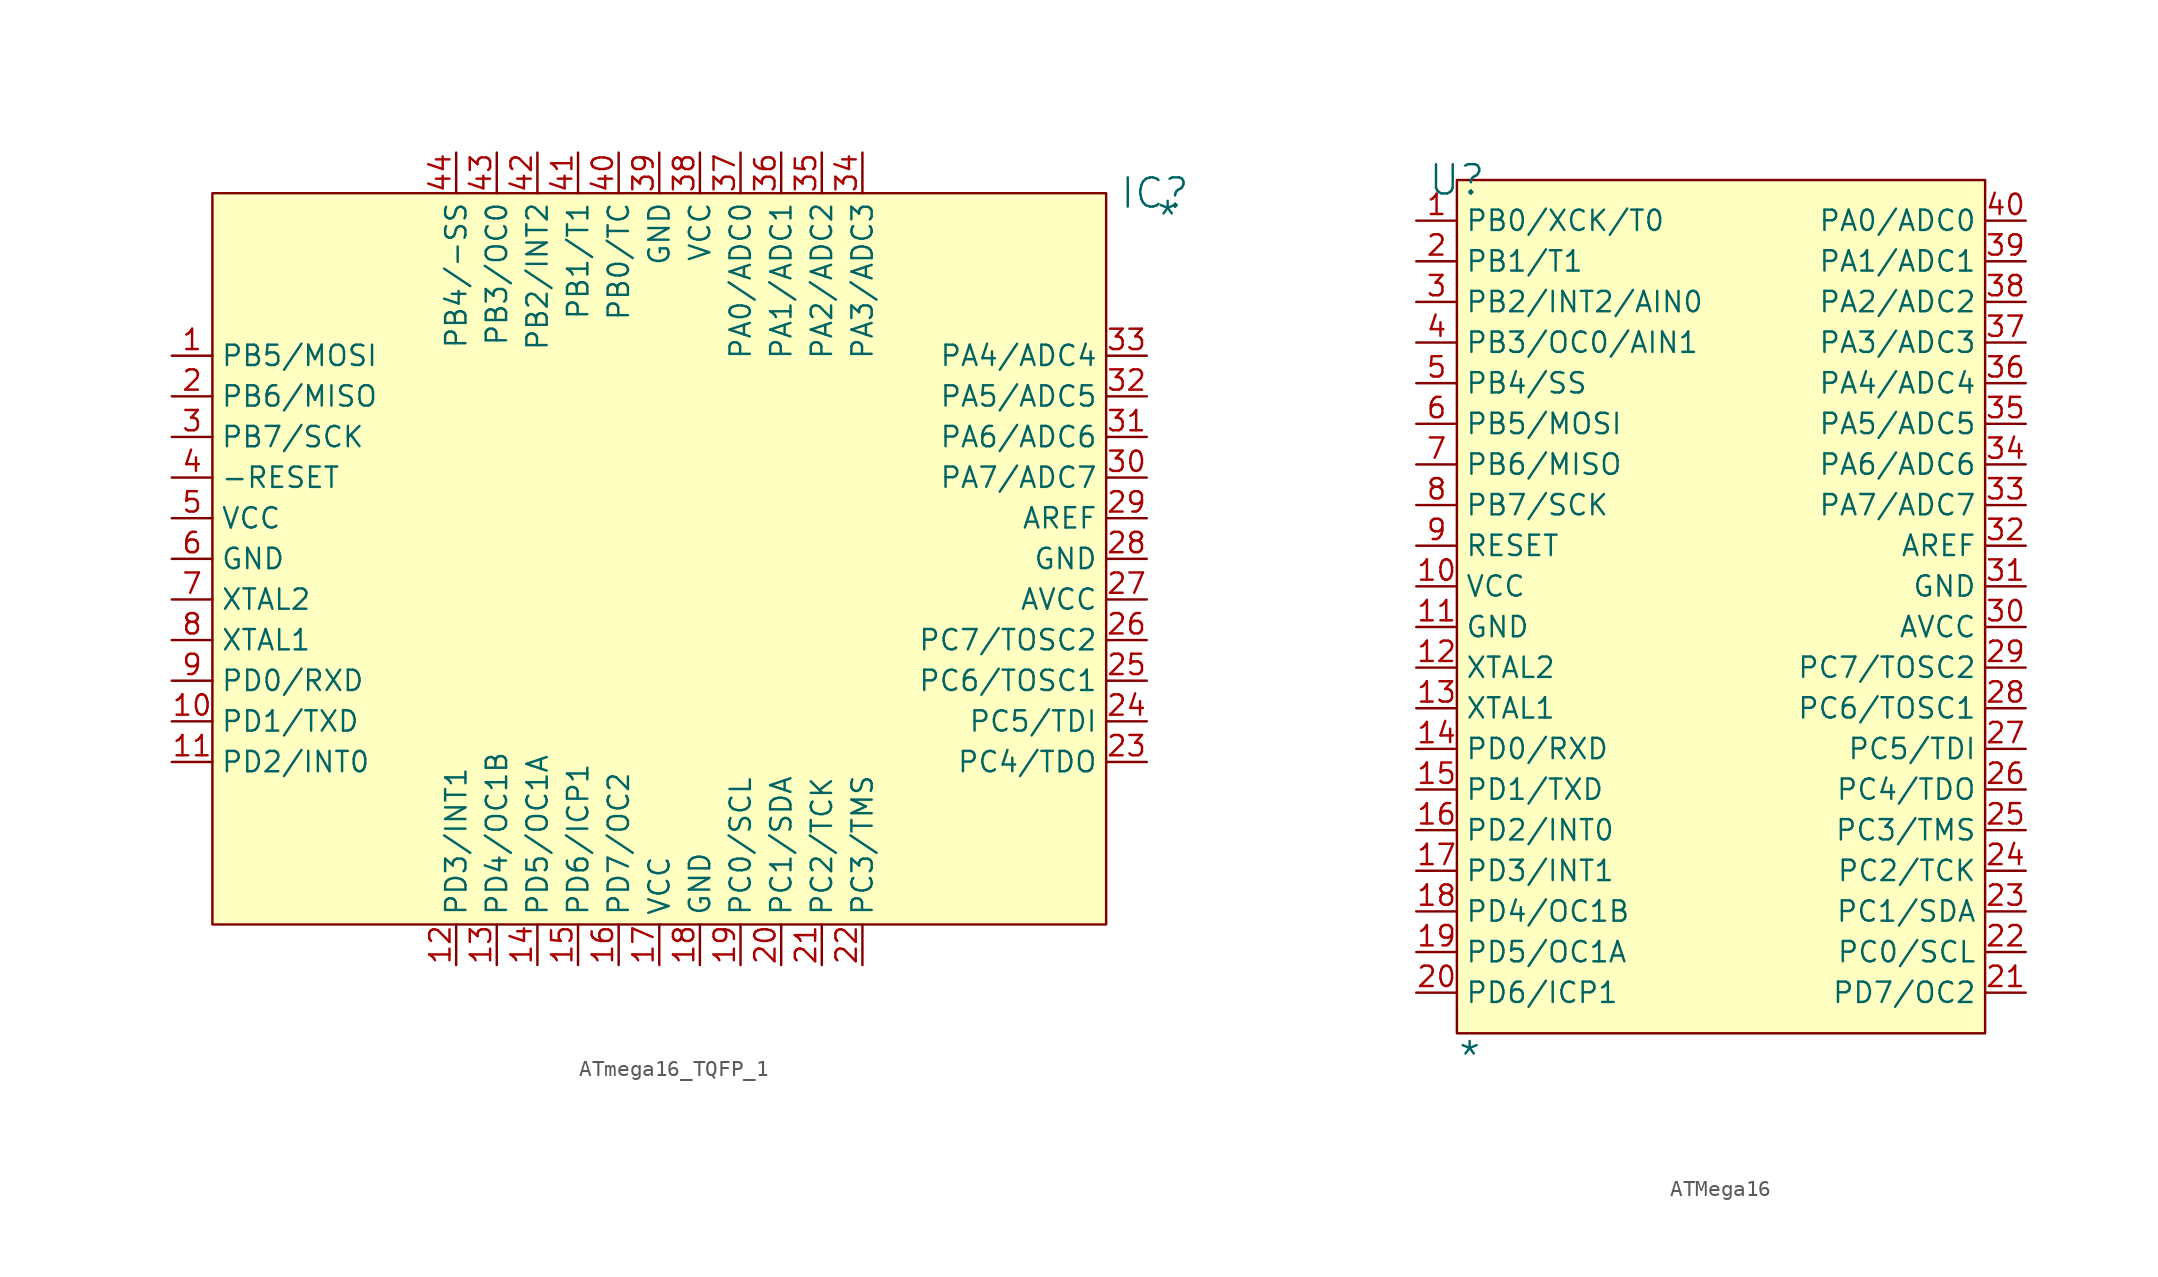
<source format=kicad_sym>
(kicad_symbol_lib
  (version 20241209)
  (generator "kicad_symbol_editor")
  (generator_version "9.0")
  (symbol "ATmega16_TQFP_1"
    (property "Reference" "IC"
      (at 58.928 0 0)
      (effects (font (size 1.829 1.829))))
    (property "Value" "*"
      (at 58.928 -2.54 0)
      (effects (font (size 1.829 1.829)) (justify left bottom)))
    (symbol "ATmega16_TQFP_1_1_0"
      (rectangle (start 55.88 0) (end 0 -45.72) (stroke (width 0) (type solid) (color 128 0 0 1)) (fill (type background)))
      (pin passive line (at -2.54 -10.16 0) (length 2.54) (name "PB5/MOSI" (effects (font (size 1.27 1.27)))) (number "1" (effects (font (size 1.27 1.27)))))
      (pin passive line (at -2.54 -12.7 0) (length 2.54) (name "PB6/MISO" (effects (font (size 1.27 1.27)))) (number "2" (effects (font (size 1.27 1.27)))))
      (pin passive line (at -2.54 -15.24 0) (length 2.54) (name "PB7/SCK" (effects (font (size 1.27 1.27)))) (number "3" (effects (font (size 1.27 1.27)))))
      (pin passive line (at -2.54 -17.78 0) (length 2.54) (name "-RESET" (effects (font (size 1.27 1.27)))) (number "4" (effects (font (size 1.27 1.27)))))
      (pin passive line (at -2.54 -20.32 0) (length 2.54) (name "VCC" (effects (font (size 1.27 1.27)))) (number "5" (effects (font (size 1.27 1.27)))))
      (pin passive line (at -2.54 -22.86 0) (length 2.54) (name "GND" (effects (font (size 1.27 1.27)))) (number "6" (effects (font (size 1.27 1.27)))))
      (pin passive line (at -2.54 -25.4 0) (length 2.54) (name "XTAL2" (effects (font (size 1.27 1.27)))) (number "7" (effects (font (size 1.27 1.27)))))
      (pin passive line (at -2.54 -27.94 0) (length 2.54) (name "XTAL1" (effects (font (size 1.27 1.27)))) (number "8" (effects (font (size 1.27 1.27)))))
      (pin passive line (at -2.54 -30.48 0) (length 2.54) (name "PD0/RXD" (effects (font (size 1.27 1.27)))) (number "9" (effects (font (size 1.27 1.27)))))
      (pin passive line (at -2.54 -33.02 0) (length 2.54) (name "PD1/TXD" (effects (font (size 1.27 1.27)))) (number "10" (effects (font (size 1.27 1.27)))))
      (pin passive line (at -2.54 -35.56 0) (length 2.54) (name "PD2/INT0" (effects (font (size 1.27 1.27)))) (number "11" (effects (font (size 1.27 1.27)))))
      (pin passive line (at 15.24 2.54 270) (length 2.54) (name "PB4/-SS" (effects (font (size 1.27 1.27)))) (number "44" (effects (font (size 1.27 1.27)))))
      (pin passive line (at 15.24 -48.26 90) (length 2.54) (name "PD3/INT1" (effects (font (size 1.27 1.27)))) (number "12" (effects (font (size 1.27 1.27)))))
      (pin passive line (at 17.78 2.54 270) (length 2.54) (name "PB3/OC0" (effects (font (size 1.27 1.27)))) (number "43" (effects (font (size 1.27 1.27)))))
      (pin passive line (at 17.78 -48.26 90) (length 2.54) (name "PD4/OC1B" (effects (font (size 1.27 1.27)))) (number "13" (effects (font (size 1.27 1.27)))))
      (pin passive line (at 20.32 2.54 270) (length 2.54) (name "PB2/INT2" (effects (font (size 1.27 1.27)))) (number "42" (effects (font (size 1.27 1.27)))))
      (pin passive line (at 20.32 -48.26 90) (length 2.54) (name "PD5/OC1A" (effects (font (size 1.27 1.27)))) (number "14" (effects (font (size 1.27 1.27)))))
      (pin passive line (at 22.86 2.54 270) (length 2.54) (name "PB1/T1" (effects (font (size 1.27 1.27)))) (number "41" (effects (font (size 1.27 1.27)))))
      (pin passive line (at 22.86 -48.26 90) (length 2.54) (name "PD6/ICP1" (effects (font (size 1.27 1.27)))) (number "15" (effects (font (size 1.27 1.27)))))
      (pin passive line (at 25.4 2.54 270) (length 2.54) (name "PB0/TC" (effects (font (size 1.27 1.27)))) (number "40" (effects (font (size 1.27 1.27)))))
      (pin passive line (at 25.4 -48.26 90) (length 2.54) (name "PD7/OC2" (effects (font (size 1.27 1.27)))) (number "16" (effects (font (size 1.27 1.27)))))
      (pin passive line (at 27.94 2.54 270) (length 2.54) (name "GND" (effects (font (size 1.27 1.27)))) (number "39" (effects (font (size 1.27 1.27)))))
      (pin passive line (at 27.94 -48.26 90) (length 2.54) (name "VCC" (effects (font (size 1.27 1.27)))) (number "17" (effects (font (size 1.27 1.27)))))
      (pin passive line (at 30.48 2.54 270) (length 2.54) (name "VCC" (effects (font (size 1.27 1.27)))) (number "38" (effects (font (size 1.27 1.27)))))
      (pin passive line (at 30.48 -48.26 90) (length 2.54) (name "GND" (effects (font (size 1.27 1.27)))) (number "18" (effects (font (size 1.27 1.27)))))
      (pin passive line (at 33.02 2.54 270) (length 2.54) (name "PA0/ADC0" (effects (font (size 1.27 1.27)))) (number "37" (effects (font (size 1.27 1.27)))))
      (pin passive line (at 33.02 -48.26 90) (length 2.54) (name "PC0/SCL" (effects (font (size 1.27 1.27)))) (number "19" (effects (font (size 1.27 1.27)))))
      (pin passive line (at 35.56 2.54 270) (length 2.54) (name "PA1/ADC1" (effects (font (size 1.27 1.27)))) (number "36" (effects (font (size 1.27 1.27)))))
      (pin passive line (at 35.56 -48.26 90) (length 2.54) (name "PC1/SDA" (effects (font (size 1.27 1.27)))) (number "20" (effects (font (size 1.27 1.27)))))
      (pin passive line (at 38.1 2.54 270) (length 2.54) (name "PA2/ADC2" (effects (font (size 1.27 1.27)))) (number "35" (effects (font (size 1.27 1.27)))))
      (pin passive line (at 38.1 -48.26 90) (length 2.54) (name "PC2/TCK" (effects (font (size 1.27 1.27)))) (number "21" (effects (font (size 1.27 1.27)))))
      (pin passive line (at 40.64 2.54 270) (length 2.54) (name "PA3/ADC3" (effects (font (size 1.27 1.27)))) (number "34" (effects (font (size 1.27 1.27)))))
      (pin passive line (at 40.64 -48.26 90) (length 2.54) (name "PC3/TMS" (effects (font (size 1.27 1.27)))) (number "22" (effects (font (size 1.27 1.27)))))
      (pin passive line (at 58.42 -10.16 180) (length 2.54) (name "PA4/ADC4" (effects (font (size 1.27 1.27)))) (number "33" (effects (font (size 1.27 1.27)))))
      (pin passive line (at 58.42 -12.7 180) (length 2.54) (name "PA5/ADC5" (effects (font (size 1.27 1.27)))) (number "32" (effects (font (size 1.27 1.27)))))
      (pin passive line (at 58.42 -15.24 180) (length 2.54) (name "PA6/ADC6" (effects (font (size 1.27 1.27)))) (number "31" (effects (font (size 1.27 1.27)))))
      (pin passive line (at 58.42 -17.78 180) (length 2.54) (name "PA7/ADC7" (effects (font (size 1.27 1.27)))) (number "30" (effects (font (size 1.27 1.27)))))
      (pin passive line (at 58.42 -20.32 180) (length 2.54) (name "AREF" (effects (font (size 1.27 1.27)))) (number "29" (effects (font (size 1.27 1.27)))))
      (pin passive line (at 58.42 -22.86 180) (length 2.54) (name "GND" (effects (font (size 1.27 1.27)))) (number "28" (effects (font (size 1.27 1.27)))))
      (pin passive line (at 58.42 -25.4 180) (length 2.54) (name "AVCC" (effects (font (size 1.27 1.27)))) (number "27" (effects (font (size 1.27 1.27)))))
      (pin passive line (at 58.42 -27.94 180) (length 2.54) (name "PC7/TOSC2" (effects (font (size 1.27 1.27)))) (number "26" (effects (font (size 1.27 1.27)))))
      (pin passive line (at 58.42 -30.48 180) (length 2.54) (name "PC6/TOSC1" (effects (font (size 1.27 1.27)))) (number "25" (effects (font (size 1.27 1.27)))))
      (pin passive line (at 58.42 -33.02 180) (length 2.54) (name "PC5/TDI" (effects (font (size 1.27 1.27)))) (number "24" (effects (font (size 1.27 1.27)))))
      (pin passive line (at 58.42 -35.56 180) (length 2.54) (name "PC4/TDO" (effects (font (size 1.27 1.27)))) (number "23" (effects (font (size 1.27 1.27)))))))
  (symbol "ATMega16"
    (property "Reference" "U"
      (at 0 0 0)
      (effects (font (size 1.829 1.829))))
    (property "Value" "*"
      (at 0 -55.88 0)
      (effects (font (size 1.829 1.829)) (justify left bottom)))
    (symbol "ATMega16_1_0"
      (rectangle (start 33.02 0) (end 0 -53.34) (stroke (width 0) (type solid) (color 128 0 0 1)) (fill (type background)))
      (pin passive line (at -2.54 -2.54 0) (length 2.54) (name "PB0/XCK/T0" (effects (font (size 1.27 1.27)))) (number "1" (effects (font (size 1.27 1.27)))))
      (pin passive line (at -2.54 -5.08 0) (length 2.54) (name "PB1/T1" (effects (font (size 1.27 1.27)))) (number "2" (effects (font (size 1.27 1.27)))))
      (pin passive line (at -2.54 -7.62 0) (length 2.54) (name "PB2/INT2/AIN0" (effects (font (size 1.27 1.27)))) (number "3" (effects (font (size 1.27 1.27)))))
      (pin passive line (at -2.54 -10.16 0) (length 2.54) (name "PB3/OC0/AIN1" (effects (font (size 1.27 1.27)))) (number "4" (effects (font (size 1.27 1.27)))))
      (pin passive line (at -2.54 -12.7 0) (length 2.54) (name "PB4/SS" (effects (font (size 1.27 1.27)))) (number "5" (effects (font (size 1.27 1.27)))))
      (pin passive line (at -2.54 -15.24 0) (length 2.54) (name "PB5/MOSI" (effects (font (size 1.27 1.27)))) (number "6" (effects (font (size 1.27 1.27)))))
      (pin passive line (at -2.54 -17.78 0) (length 2.54) (name "PB6/MISO" (effects (font (size 1.27 1.27)))) (number "7" (effects (font (size 1.27 1.27)))))
      (pin passive line (at -2.54 -20.32 0) (length 2.54) (name "PB7/SCK" (effects (font (size 1.27 1.27)))) (number "8" (effects (font (size 1.27 1.27)))))
      (pin passive line (at -2.54 -22.86 0) (length 2.54) (name "RESET" (effects (font (size 1.27 1.27)))) (number "9" (effects (font (size 1.27 1.27)))))
      (pin passive line (at -2.54 -25.4 0) (length 2.54) (name "VCC" (effects (font (size 1.27 1.27)))) (number "10" (effects (font (size 1.27 1.27)))))
      (pin passive line (at -2.54 -27.94 0) (length 2.54) (name "GND" (effects (font (size 1.27 1.27)))) (number "11" (effects (font (size 1.27 1.27)))))
      (pin passive line (at -2.54 -30.48 0) (length 2.54) (name "XTAL2" (effects (font (size 1.27 1.27)))) (number "12" (effects (font (size 1.27 1.27)))))
      (pin passive line (at -2.54 -33.02 0) (length 2.54) (name "XTAL1" (effects (font (size 1.27 1.27)))) (number "13" (effects (font (size 1.27 1.27)))))
      (pin passive line (at -2.54 -35.56 0) (length 2.54) (name "PD0/RXD" (effects (font (size 1.27 1.27)))) (number "14" (effects (font (size 1.27 1.27)))))
      (pin passive line (at -2.54 -38.1 0) (length 2.54) (name "PD1/TXD" (effects (font (size 1.27 1.27)))) (number "15" (effects (font (size 1.27 1.27)))))
      (pin passive line (at -2.54 -40.64 0) (length 2.54) (name "PD2/INT0" (effects (font (size 1.27 1.27)))) (number "16" (effects (font (size 1.27 1.27)))))
      (pin passive line (at -2.54 -43.18 0) (length 2.54) (name "PD3/INT1" (effects (font (size 1.27 1.27)))) (number "17" (effects (font (size 1.27 1.27)))))
      (pin passive line (at -2.54 -45.72 0) (length 2.54) (name "PD4/OC1B" (effects (font (size 1.27 1.27)))) (number "18" (effects (font (size 1.27 1.27)))))
      (pin passive line (at -2.54 -48.26 0) (length 2.54) (name "PD5/OC1A" (effects (font (size 1.27 1.27)))) (number "19" (effects (font (size 1.27 1.27)))))
      (pin passive line (at -2.54 -50.8 0) (length 2.54) (name "PD6/ICP1" (effects (font (size 1.27 1.27)))) (number "20" (effects (font (size 1.27 1.27)))))
      (pin passive line (at 35.56 -2.54 180) (length 2.54) (name "PA0/ADC0" (effects (font (size 1.27 1.27)))) (number "40" (effects (font (size 1.27 1.27)))))
      (pin passive line (at 35.56 -5.08 180) (length 2.54) (name "PA1/ADC1" (effects (font (size 1.27 1.27)))) (number "39" (effects (font (size 1.27 1.27)))))
      (pin passive line (at 35.56 -7.62 180) (length 2.54) (name "PA2/ADC2" (effects (font (size 1.27 1.27)))) (number "38" (effects (font (size 1.27 1.27)))))
      (pin passive line (at 35.56 -10.16 180) (length 2.54) (name "PA3/ADC3" (effects (font (size 1.27 1.27)))) (number "37" (effects (font (size 1.27 1.27)))))
      (pin passive line (at 35.56 -12.7 180) (length 2.54) (name "PA4/ADC4" (effects (font (size 1.27 1.27)))) (number "36" (effects (font (size 1.27 1.27)))))
      (pin passive line (at 35.56 -15.24 180) (length 2.54) (name "PA5/ADC5" (effects (font (size 1.27 1.27)))) (number "35" (effects (font (size 1.27 1.27)))))
      (pin passive line (at 35.56 -17.78 180) (length 2.54) (name "PA6/ADC6" (effects (font (size 1.27 1.27)))) (number "34" (effects (font (size 1.27 1.27)))))
      (pin passive line (at 35.56 -20.32 180) (length 2.54) (name "PA7/ADC7" (effects (font (size 1.27 1.27)))) (number "33" (effects (font (size 1.27 1.27)))))
      (pin passive line (at 35.56 -22.86 180) (length 2.54) (name "AREF" (effects (font (size 1.27 1.27)))) (number "32" (effects (font (size 1.27 1.27)))))
      (pin passive line (at 35.56 -25.4 180) (length 2.54) (name "GND" (effects (font (size 1.27 1.27)))) (number "31" (effects (font (size 1.27 1.27)))))
      (pin passive line (at 35.56 -27.94 180) (length 2.54) (name "AVCC" (effects (font (size 1.27 1.27)))) (number "30" (effects (font (size 1.27 1.27)))))
      (pin passive line (at 35.56 -30.48 180) (length 2.54) (name "PC7/TOSC2" (effects (font (size 1.27 1.27)))) (number "29" (effects (font (size 1.27 1.27)))))
      (pin passive line (at 35.56 -33.02 180) (length 2.54) (name "PC6/TOSC1" (effects (font (size 1.27 1.27)))) (number "28" (effects (font (size 1.27 1.27)))))
      (pin passive line (at 35.56 -35.56 180) (length 2.54) (name "PC5/TDI" (effects (font (size 1.27 1.27)))) (number "27" (effects (font (size 1.27 1.27)))))
      (pin passive line (at 35.56 -38.1 180) (length 2.54) (name "PC4/TDO" (effects (font (size 1.27 1.27)))) (number "26" (effects (font (size 1.27 1.27)))))
      (pin passive line (at 35.56 -40.64 180) (length 2.54) (name "PC3/TMS" (effects (font (size 1.27 1.27)))) (number "25" (effects (font (size 1.27 1.27)))))
      (pin passive line (at 35.56 -43.18 180) (length 2.54) (name "PC2/TCK" (effects (font (size 1.27 1.27)))) (number "24" (effects (font (size 1.27 1.27)))))
      (pin passive line (at 35.56 -45.72 180) (length 2.54) (name "PC1/SDA" (effects (font (size 1.27 1.27)))) (number "23" (effects (font (size 1.27 1.27)))))
      (pin passive line (at 35.56 -48.26 180) (length 2.54) (name "PC0/SCL" (effects (font (size 1.27 1.27)))) (number "22" (effects (font (size 1.27 1.27)))))
      (pin passive line (at 35.56 -50.8 180) (length 2.54) (name "PD7/OC2" (effects (font (size 1.27 1.27)))) (number "21" (effects (font (size 1.27 1.27))))))))
</source>
